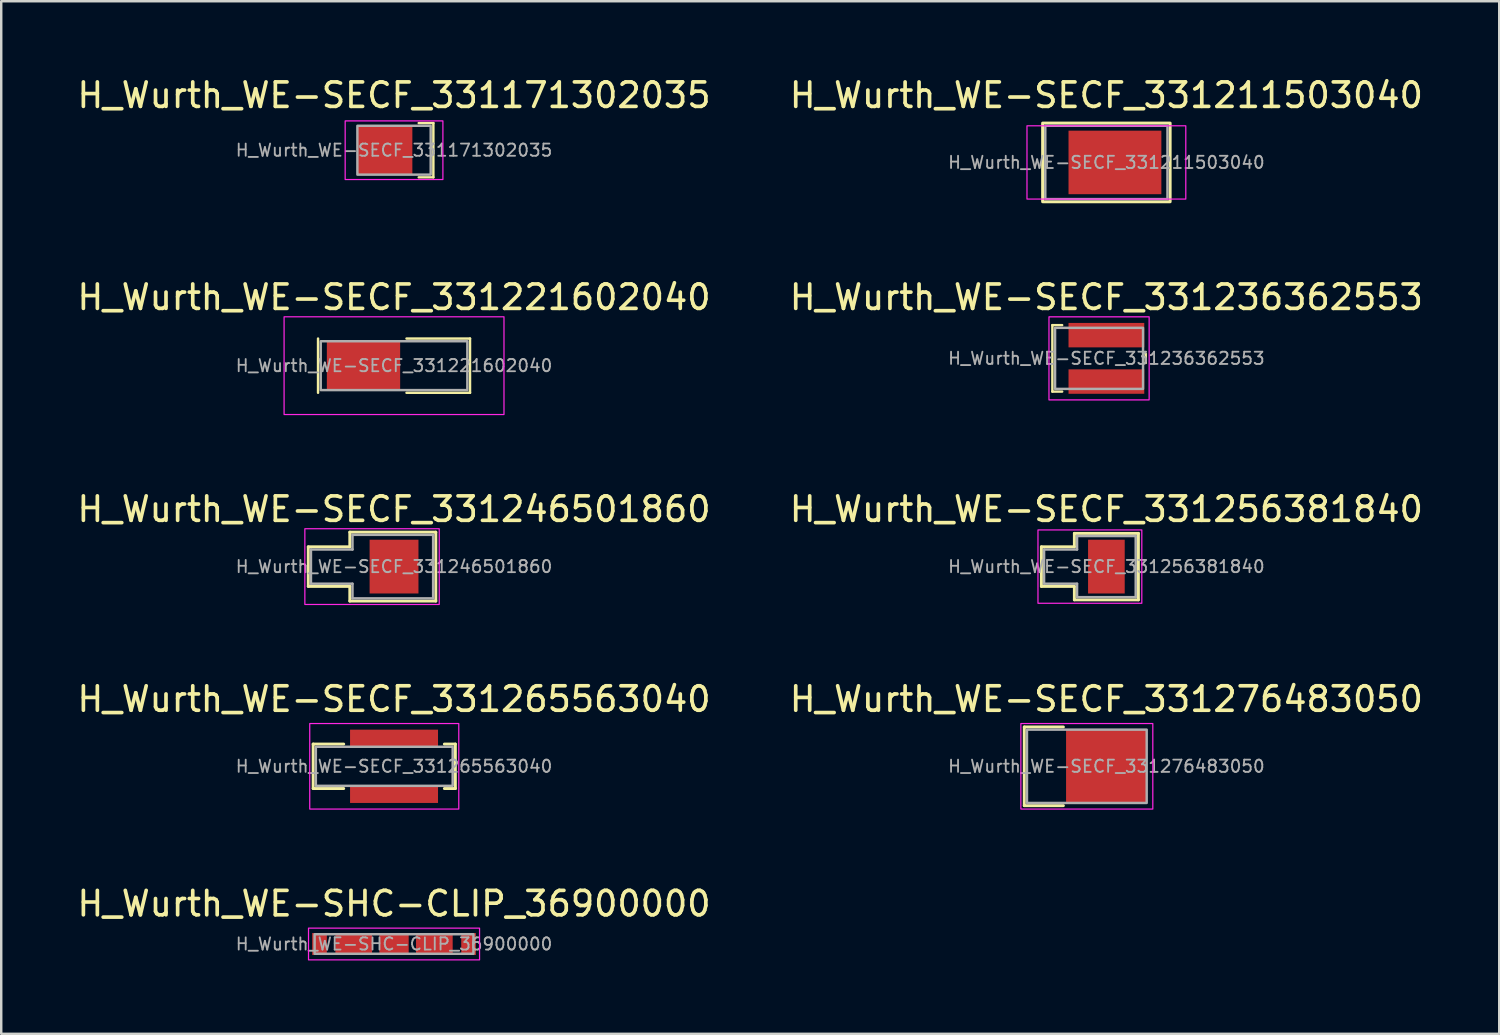
<source format=kicad_pcb>
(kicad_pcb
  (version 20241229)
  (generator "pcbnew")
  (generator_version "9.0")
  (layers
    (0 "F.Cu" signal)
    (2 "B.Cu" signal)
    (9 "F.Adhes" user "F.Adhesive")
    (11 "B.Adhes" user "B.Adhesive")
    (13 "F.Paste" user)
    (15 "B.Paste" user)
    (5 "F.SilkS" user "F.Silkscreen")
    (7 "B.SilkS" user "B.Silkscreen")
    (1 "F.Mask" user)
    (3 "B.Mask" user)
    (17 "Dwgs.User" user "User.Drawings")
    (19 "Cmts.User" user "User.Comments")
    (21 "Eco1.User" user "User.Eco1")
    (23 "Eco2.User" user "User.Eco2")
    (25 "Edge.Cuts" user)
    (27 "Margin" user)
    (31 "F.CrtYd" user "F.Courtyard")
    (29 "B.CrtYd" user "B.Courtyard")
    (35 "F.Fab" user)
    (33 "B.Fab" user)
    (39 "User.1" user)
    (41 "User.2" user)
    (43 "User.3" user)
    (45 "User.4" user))
  (footprint "H_Wurth_WE-SECF_331221602040"
    (layer "F.Cu")
    (at 13.077 11.916)
    (property "Reference" "H_Wurth_WE-SECF_331221602040" (at 0 -2.8 0) (unlocked yes) (layer "F.SilkS") (effects (font (size 1 1) (thickness 0.15))))
    (attr smd)
    (fp_line (start -3.11 1.11) (end -3.11 -1.11) (stroke (width 0.1) (type default)) (layer "F.SilkS"))
    (fp_line (start 0.51 -1.11) (end 3.11 -1.11) (stroke (width 0.1) (type default)) (layer "F.SilkS"))
    (fp_line (start 3.11 -1.11) (end 3.11 1.11) (stroke (width 0.1) (type default)) (layer "F.SilkS"))
    (fp_line (start 3.11 1.11) (end 0.51 1.11) (stroke (width 0.1) (type default)) (layer "F.SilkS"))
    (fp_rect (start -4.5 -2) (end 4.5 2) (stroke (width 0.05) (type solid)) (fill no) (layer "F.CrtYd"))
    (fp_rect (start -3 -1) (end 3 1) (stroke (width 0.1) (type solid)) (fill no) (layer "F.Fab"))
    (fp_text user "${REFERENCE}" (at 0 0 0) (unlocked yes) (layer "F.Fab") (effects (font (size 0.5 0.5) (thickness 0.075))))
    (pad "1" smd rect (at -1.25 0) (size 3 2) (layers "F.Cu" "F.Mask" "F.Paste")))
  (footprint "H_Wurth_WE-SECF_331236362553"
    (layer "F.Cu")
    (at 42.232 11.617)
    (property "Reference" "H_Wurth_WE-SECF_331236362553" (at 0 -2.5 0) (unlocked yes) (layer "F.SilkS") (effects (font (size 1 1) (thickness 0.15))))
    (attr smd)
    (fp_line (start -2.21 -1.36) (end -1.81 -1.36) (stroke (width 0.1) (type default)) (layer "F.SilkS"))
    (fp_line (start -2.21 1.36) (end -2.21 -1.36) (stroke (width 0.1) (type default)) (layer "F.SilkS"))
    (fp_line (start -1.81 1.36) (end -2.21 1.36) (stroke (width 0.1) (type default)) (layer "F.SilkS"))
    (fp_line (start 1.61 -0.19) (end 1.61 0.19) (stroke (width 0.1) (type default)) (layer "F.SilkS"))
    (fp_rect (start -2.35 -1.7) (end 1.75 1.7) (stroke (width 0.05) (type solid)) (fill no) (layer "F.CrtYd"))
    (fp_rect (start -2.1 -1.25) (end 1.5 1.25) (stroke (width 0.1) (type solid)) (fill no) (layer "F.Fab"))
    (fp_text user "${REFERENCE}" (at 0 0 0) (unlocked yes) (layer "F.Fab") (effects (font (size 0.5 0.5) (thickness 0.075))))
    (pad "1" smd rect (at 0 -0.95) (size 3.1 1) (layers "F.Cu" "F.Mask" "F.Paste"))
    (pad "1" smd rect (at 0 0.95) (size 3.1 1) (layers "F.Cu" "F.Mask" "F.Paste")))
  (footprint "H_Wurth_WE-SECF_331171302035"
    (layer "F.Cu")
    (at 13.077 3.098)
    (property "Reference" "H_Wurth_WE-SECF_331171302035" (at 0 -2.25 0) (unlocked yes) (layer "F.SilkS") (effects (font (size 1 1) (thickness 0.15))))
    (attr smd)
    (fp_line (start 1.01 -1.11) (end 1.61 -1.11) (stroke (width 0.1) (type default)) (layer "F.SilkS"))
    (fp_line (start 1.61 -1.11) (end 1.61 1.11) (stroke (width 0.1) (type default)) (layer "F.SilkS"))
    (fp_line (start 1.61 1.11) (end 1.01 1.11) (stroke (width 0.1) (type default)) (layer "F.SilkS"))
    (fp_rect (start -2 -1.2) (end 2 1.2) (stroke (width 0.05) (type solid)) (fill no) (layer "F.CrtYd"))
    (fp_rect (start -1.5 -1) (end 1.5 1) (stroke (width 0.1) (type solid)) (fill no) (layer "F.Fab"))
    (fp_text user "${REFERENCE}" (at 0 0 0) (unlocked yes) (layer "F.Fab") (effects (font (size 0.5 0.5) (thickness 0.075))))
    (pad "1" smd rect (at -0.375 0) (size 2.25 2) (layers "F.Cu" "F.Mask" "F.Paste")))
  (footprint "H_Wurth_WE-SECF_331265563040"
    (layer "F.Cu")
    (at 13.077 28.313)
    (property "Reference" "H_Wurth_WE-SECF_331265563040" (at 0 -2.75 0) (unlocked yes) (layer "F.SilkS") (effects (font (size 1 1) (thickness 0.15))))
    (attr smd)
    (fp_line (start -3.31 -0.91) (end -3.31 0.91) (stroke (width 0.12) (type default)) (layer "F.SilkS"))
    (fp_line (start -3.31 0.91) (end -2.06 0.91) (stroke (width 0.12) (type default)) (layer "F.SilkS"))
    (fp_line (start -2.06 -0.91) (end -3.31 -0.91) (stroke (width 0.12) (type default)) (layer "F.SilkS"))
    (fp_line (start 2.06 -0.91) (end 2.51 -0.91) (stroke (width 0.12) (type default)) (layer "F.SilkS"))
    (fp_line (start 2.51 -0.91) (end 2.51 0.91) (stroke (width 0.12) (type default)) (layer "F.SilkS"))
    (fp_line (start 2.51 0.91) (end 2.06 0.91) (stroke (width 0.12) (type default)) (layer "F.SilkS"))
    (fp_rect (start -3.45 -1.75) (end 2.65 1.75) (stroke (width 0.05) (type solid)) (fill no) (layer "F.CrtYd"))
    (fp_rect (start -3.2 -0.8) (end 2.4 0.8) (stroke (width 0.1) (type solid)) (fill no) (layer "F.Fab"))
    (fp_text user "${REFERENCE}" (at 0 0 0) (unlocked yes) (layer "F.Fab") (effects (font (size 0.5 0.5) (thickness 0.075))))
    (pad "1" smd rect (at 0 -1.15) (size 3.6 0.7) (layers "F.Cu" "F.Mask" "F.Paste"))
    (pad "1" smd rect (at 0 1.15) (size 3.6 0.7) (layers "F.Cu" "F.Mask" "F.Paste")))
  (footprint "H_Wurth_WE-SECF_331211503040"
    (layer "F.Cu")
    (at 42.232 3.598)
    (property "Reference" "H_Wurth_WE-SECF_331211503040" (at 0 -2.75 0) (unlocked yes) (layer "F.SilkS") (effects (font (size 1 1) (thickness 0.15))))
    (attr smd)
    (fp_rect (start -2.61 -1.61) (end 2.61 1.61) (stroke (width 0.12) (type solid)) (fill no) (layer "F.SilkS"))
    (fp_rect (start -3.25 -1.5) (end 3.25 1.5) (stroke (width 0.05) (type solid)) (fill no) (layer "F.CrtYd"))
    (fp_rect (start -2.5 -1.5) (end 2.5 1.5) (stroke (width 0.1) (type solid)) (fill no) (layer "F.Fab"))
    (fp_text user "${REFERENCE}" (at 0 0 0) (unlocked yes) (layer "F.Fab") (effects (font (size 0.5 0.5) (thickness 0.075))))
    (pad "1" smd rect (at 0.35 0) (size 3.8 2.6) (layers "F.Cu" "F.Mask" "F.Paste")))
  (footprint "H_Wurth_WE-SECF_331276483050"
    (layer "F.Cu")
    (at 42.232 28.313)
    (property "Reference" "H_Wurth_WE-SECF_331276483050" (at 0 -2.75 0) (unlocked yes) (layer "F.SilkS") (effects (font (size 1 1) (thickness 0.15))))
    (attr smd)
    (fp_line (start -3.36 -1.61) (end -3.36 1.61) (stroke (width 0.12) (type default)) (layer "F.SilkS"))
    (fp_line (start -3.36 -1.61) (end -1.76 -1.61) (stroke (width 0.12) (type default)) (layer "F.SilkS"))
    (fp_line (start -3.36 1.61) (end -1.76 1.61) (stroke (width 0.12) (type default)) (layer "F.SilkS"))
    (fp_rect (start -3.5 -1.75) (end 1.9 1.75) (stroke (width 0.05) (type solid)) (fill no) (layer "F.CrtYd"))
    (fp_rect (start -3.25 -1.5) (end 1.65 1.5) (stroke (width 0.1) (type solid)) (fill no) (layer "F.Fab"))
    (fp_text user "${REFERENCE}" (at 0 0 0) (unlocked yes) (layer "F.Fab") (effects (font (size 0.5 0.5) (thickness 0.075))))
    (pad "1" smd rect (at 0 0) (size 3.3 3) (layers "F.Cu" "F.Mask" "F.Paste")))
  (footprint "H_Wurth_WE-SHC-CLIP_36900000"
    (layer "F.Cu")
    (at 13.077 35.586)
    (property "Reference" "H_Wurth_WE-SHC-CLIP_36900000" (at 0 -1.65 0) (unlocked yes) (layer "F.SilkS") (effects (font (size 1 1) (thickness 0.15))))
    (attr smd)
    (fp_rect (start -3.5 -0.65) (end 3.5 0.65) (stroke (width 0.05) (type solid)) (fill no) (layer "F.CrtYd"))
    (fp_rect (start -3.25 -0.4) (end 3.25 0.4) (stroke (width 0.1) (type solid)) (fill no) (layer "F.Fab"))
    (fp_text user "${REFERENCE}" (at 0 0 0) (unlocked yes) (layer "F.Fab") (effects (font (size 0.5 0.5) (thickness 0.075))))
    (pad "1" smd rect (at -3.05 0) (size 0.6 0.9) (layers "F.Cu" "F.Mask" "F.Paste"))
    (pad "1" smd rect (at -1.65 0) (size 1.5 0.9) (layers "F.Cu" "F.Mask" "F.Paste"))
    (pad "1" smd rect (at 0 0) (size 1.2 0.9) (layers "F.Cu" "F.Mask" "F.Paste"))
    (pad "1" smd rect (at 1.65 0) (size 1.5 0.9) (layers "F.Cu" "F.Mask" "F.Paste"))
    (pad "1" smd rect (at 3.05 0) (size 0.6 0.9) (layers "F.Cu" "F.Mask" "F.Paste")))
  (footprint "H_Wurth_WE-SECF_331246501860"
    (layer "F.Cu")
    (at 13.077 20.14)
    (property "Reference" "H_Wurth_WE-SECF_331246501860" (at 0 -2.35 0) (unlocked yes) (layer "F.SilkS") (effects (font (size 1 1) (thickness 0.15))))
    (attr smd)
    (fp_line (start -3.51 0.81) (end -3.51 -0.81) (stroke (width 0.12) (type default)) (layer "F.SilkS"))
    (fp_line (start -1.81 -0.81) (end -3.51 -0.81) (stroke (width 0.12) (type default)) (layer "F.SilkS"))
    (fp_line (start -1.81 -0.81) (end -1.81 -1.41) (stroke (width 0.12) (type default)) (layer "F.SilkS"))
    (fp_line (start -1.81 0.81) (end -3.51 0.81) (stroke (width 0.12) (type default)) (layer "F.SilkS"))
    (fp_line (start -1.81 1.41) (end -1.81 0.81) (stroke (width 0.12) (type default)) (layer "F.SilkS"))
    (fp_line (start 1.71 -1.41) (end -1.81 -1.41) (stroke (width 0.12) (type default)) (layer "F.SilkS"))
    (fp_line (start 1.71 1.41) (end -1.81 1.41) (stroke (width 0.12) (type default)) (layer "F.SilkS"))
    (fp_line (start 1.71 1.41) (end 1.71 -1.41) (stroke (width 0.12) (type default)) (layer "F.SilkS"))
    (fp_rect (start -3.65 -1.55) (end 1.85 1.55) (stroke (width 0.05) (type solid)) (fill no) (layer "F.CrtYd"))
    (fp_line (start -3.4 -0.7) (end -1.7 -0.7) (stroke (width 0.1) (type default)) (layer "F.Fab"))
    (fp_line (start -3.4 0.7) (end -3.4 -0.7) (stroke (width 0.1) (type default)) (layer "F.Fab"))
    (fp_line (start -1.7 -1.3) (end -1.7 -0.7) (stroke (width 0.1) (type default)) (layer "F.Fab"))
    (fp_line (start -1.7 -1.3) (end 1.6 -1.3) (stroke (width 0.1) (type default)) (layer "F.Fab"))
    (fp_line (start -1.7 0.7) (end -3.4 0.7) (stroke (width 0.1) (type default)) (layer "F.Fab"))
    (fp_line (start -1.7 0.7) (end -1.7 1.3) (stroke (width 0.1) (type default)) (layer "F.Fab"))
    (fp_line (start 1.6 -1.3) (end 1.6 1.3) (stroke (width 0.1) (type default)) (layer "F.Fab"))
    (fp_line (start 1.6 1.3) (end -1.7 1.3) (stroke (width 0.1) (type default)) (layer "F.Fab"))
    (fp_text user "${REFERENCE}" (at 0 0 0) (unlocked yes) (layer "F.Fab") (effects (font (size 0.5 0.5) (thickness 0.075))))
    (pad "1" smd rect (at 0 0) (size 2 2.2) (layers "F.Cu" "F.Mask" "F.Paste")))
  (footprint "H_Wurth_WE-SECF_331256381840"
    (layer "F.Cu")
    (at 42.232 20.14)
    (property "Reference" "H_Wurth_WE-SECF_331256381840" (at 0 -2.35 0) (unlocked yes) (layer "F.SilkS") (effects (font (size 1 1) (thickness 0.15))))
    (attr smd)
    (fp_line (start -2.66 0.81) (end -2.66 -0.81) (stroke (width 0.12) (type default)) (layer "F.SilkS"))
    (fp_line (start -1.31 -0.81) (end -2.66 -0.81) (stroke (width 0.12) (type default)) (layer "F.SilkS"))
    (fp_line (start -1.31 -0.81) (end -1.31 -1.36) (stroke (width 0.12) (type default)) (layer "F.SilkS"))
    (fp_line (start -1.31 0.81) (end -2.66 0.81) (stroke (width 0.12) (type default)) (layer "F.SilkS"))
    (fp_line (start -1.31 1.36) (end -1.31 0.81) (stroke (width 0.12) (type default)) (layer "F.SilkS"))
    (fp_line (start 1.31 -1.36) (end -1.31 -1.36) (stroke (width 0.12) (type default)) (layer "F.SilkS"))
    (fp_line (start 1.31 1.36) (end -1.31 1.36) (stroke (width 0.12) (type default)) (layer "F.SilkS"))
    (fp_line (start 1.31 1.36) (end 1.31 -1.36) (stroke (width 0.12) (type default)) (layer "F.SilkS"))
    (fp_rect (start -2.8 -1.5) (end 1.45 1.5) (stroke (width 0.05) (type solid)) (fill no) (layer "F.CrtYd"))
    (fp_line (start -2.55 -0.7) (end -1.2 -0.7) (stroke (width 0.1) (type default)) (layer "F.Fab"))
    (fp_line (start -2.55 0.7) (end -2.55 -0.7) (stroke (width 0.1) (type default)) (layer "F.Fab"))
    (fp_line (start -1.2 -1.25) (end 1.2 -1.25) (stroke (width 0.1) (type default)) (layer "F.Fab"))
    (fp_line (start -1.2 -0.7) (end -1.2 -1.25) (stroke (width 0.1) (type default)) (layer "F.Fab"))
    (fp_line (start -1.2 0.7) (end -2.55 0.7) (stroke (width 0.1) (type default)) (layer "F.Fab"))
    (fp_line (start -1.2 0.7) (end -1.2 1.25) (stroke (width 0.1) (type default)) (layer "F.Fab"))
    (fp_line (start 1.2 -1.25) (end 1.2 1.25) (stroke (width 0.1) (type default)) (layer "F.Fab"))
    (fp_line (start 1.2 1.25) (end -1.2 1.25) (stroke (width 0.1) (type default)) (layer "F.Fab"))
    (fp_text user "${REFERENCE}" (at 0 0 0) (unlocked yes) (layer "F.Fab") (effects (font (size 0.5 0.5) (thickness 0.075))))
    (pad "1" smd rect (at 0 0) (size 1.5 2.2) (layers "F.Cu" "F.Mask" "F.Paste")))
  (gr_rect
    (start -3 -3)
    (end 58.31 39.261)
    (stroke (width 0.1) (type default))
    (fill no)
    (layer "Edge.Cuts")))
</source>
